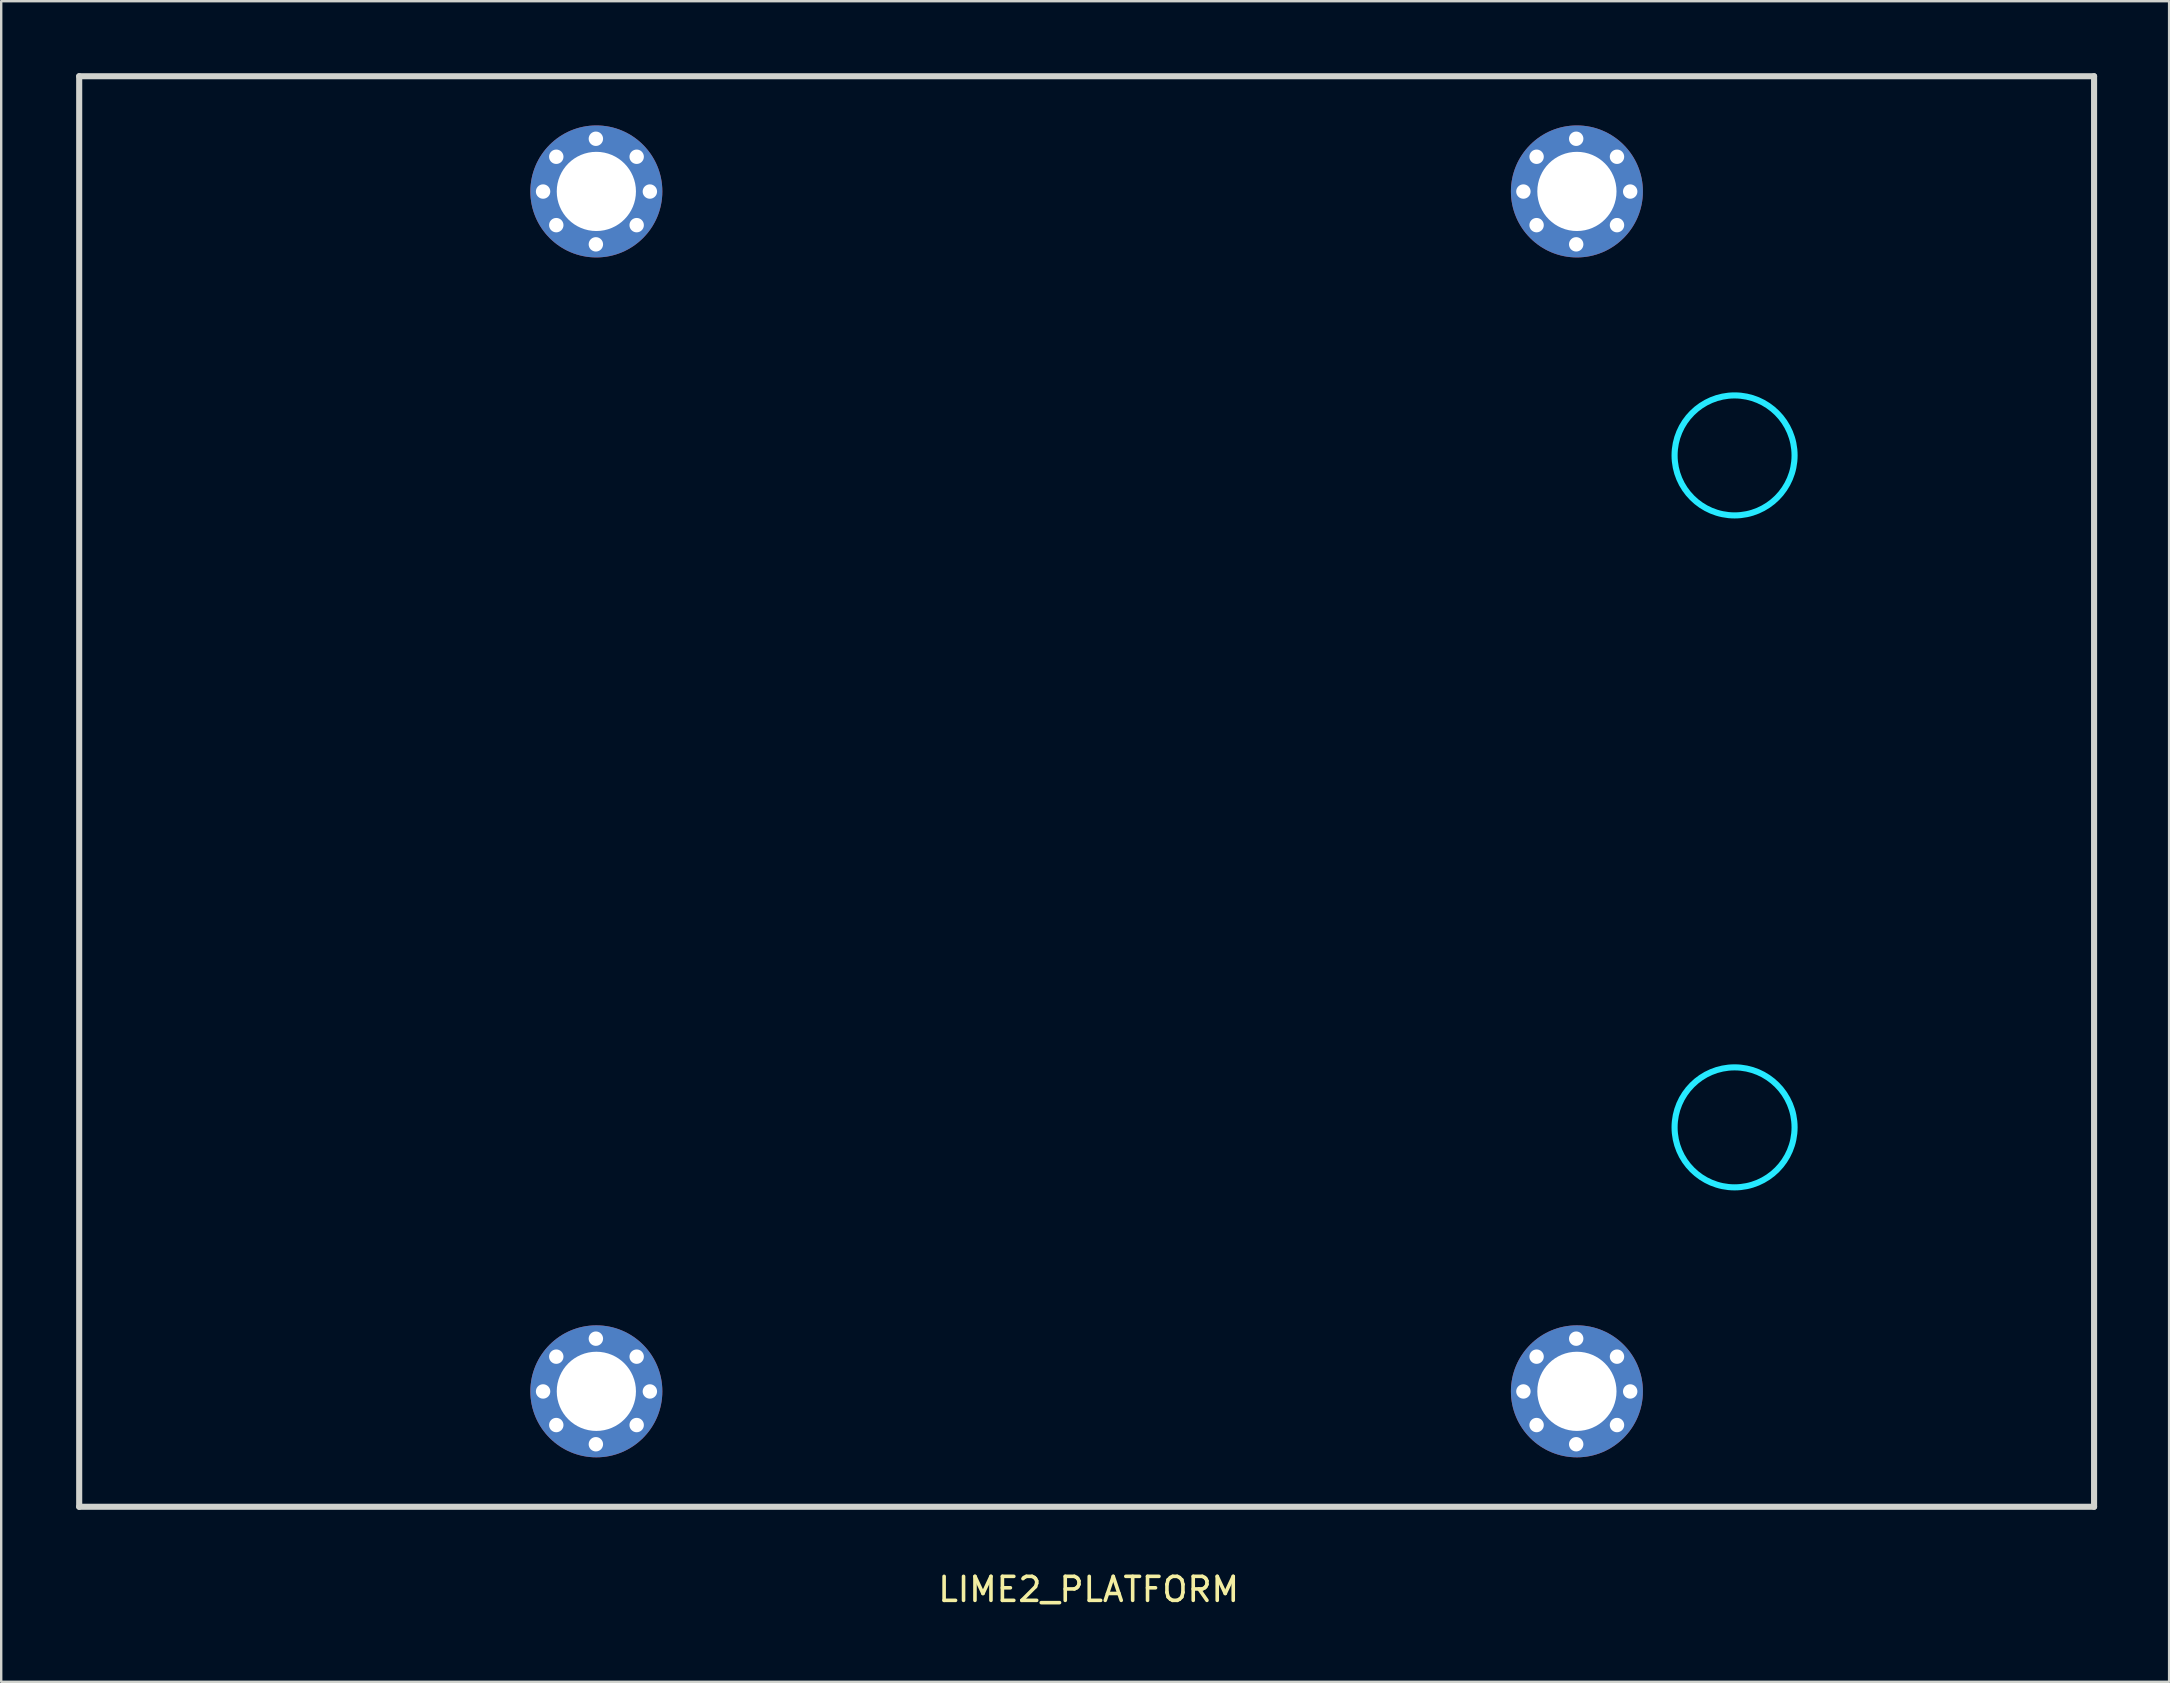
<source format=kicad_pcb>
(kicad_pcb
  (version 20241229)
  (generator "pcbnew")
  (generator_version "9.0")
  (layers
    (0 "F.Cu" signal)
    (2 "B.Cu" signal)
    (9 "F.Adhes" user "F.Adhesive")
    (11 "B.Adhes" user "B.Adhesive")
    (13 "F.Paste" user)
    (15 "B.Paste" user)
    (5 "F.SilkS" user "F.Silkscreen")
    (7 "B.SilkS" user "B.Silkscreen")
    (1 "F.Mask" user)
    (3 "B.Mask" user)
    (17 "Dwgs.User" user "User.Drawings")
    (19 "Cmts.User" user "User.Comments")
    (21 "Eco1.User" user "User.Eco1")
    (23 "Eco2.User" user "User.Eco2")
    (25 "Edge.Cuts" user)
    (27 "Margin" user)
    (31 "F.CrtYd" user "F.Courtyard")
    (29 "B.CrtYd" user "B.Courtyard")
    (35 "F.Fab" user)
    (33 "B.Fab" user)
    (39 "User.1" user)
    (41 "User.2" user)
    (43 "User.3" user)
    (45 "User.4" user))
  (footprint "LIME2_PLATFORM"
    (layer "F.Cu")
    (at 0.25 59.737)
    (property "Reference" "LIME2_PLATFORM" (at 42.065 3.445 0) (layer "F.SilkS") (effects (font (size 1 1) (thickness 0.15))))
    (attr through_hole)
    (fp_line (start 14.859 -53.467) (end 14.859 -52.705) (stroke (width 0.127) (type solid)) (layer "Eco1.User"))
    (fp_line (start 15.24 -53.086) (end 14.478 -53.086) (stroke (width 0.127) (type solid)) (layer "Eco1.User"))
    (fp_line (start 38.1 -50.546) (end 38.1 -49.784) (stroke (width 0.127) (type solid)) (layer "Eco1.User"))
    (fp_line (start 38.1 -9.906) (end 38.1 -9.144) (stroke (width 0.127) (type solid)) (layer "Eco1.User"))
    (fp_line (start 38.481 -50.165) (end 37.719 -50.165) (stroke (width 0.127) (type solid)) (layer "Eco1.User"))
    (fp_line (start 38.481 -9.525) (end 37.719 -9.525) (stroke (width 0.127) (type solid)) (layer "Eco1.User"))
    (fp_line (start 45.085 -56.896) (end 45.085 -56.134) (stroke (width 0.127) (type solid)) (layer "Eco1.User"))
    (fp_line (start 45.085 -3.556) (end 45.085 -2.794) (stroke (width 0.127) (type solid)) (layer "Eco1.User"))
    (fp_line (start 45.466 -56.515) (end 44.704 -56.515) (stroke (width 0.127) (type solid)) (layer "Eco1.User"))
    (fp_line (start 45.466 -3.175) (end 44.704 -3.175) (stroke (width 0.127) (type solid)) (layer "Eco1.User"))
    (fp_line (start 0 -59.61) (end 0 0) (stroke (width 0.254) (type solid)) (layer "Edge.Cuts"))
    (fp_line (start 0 0) (end 83.96 0) (stroke (width 0.254) (type solid)) (layer "Edge.Cuts"))
    (fp_line (start 83.96 -59.61) (end 0 -59.61) (stroke (width 0.254) (type solid)) (layer "Edge.Cuts"))
    (fp_line (start 83.96 0) (end 83.96 -59.61) (stroke (width 0.254) (type solid)) (layer "Edge.Cuts"))
    (fp_circle (center 68.98 -43.81) (end 71.48 -43.81) (stroke (width 0.254) (type solid)) (fill no) (layer "B.CrtYd"))
    (fp_circle (center 68.98 -15.81) (end 71.48 -15.81) (stroke (width 0.254) (type solid)) (fill no) (layer "B.CrtYd"))
    (fp_text user "GPIO2_center" (at 41.656 -9.525 0) (layer "Eco1.User") (effects (font (size 0.508 0.508) (thickness 0.127))))
    (fp_text user "LCD_center" (at 48.133 -56.515 0) (layer "Eco1.User") (effects (font (size 0.508 0.508) (thickness 0.127))))
    (fp_text user "GPIO3_center" (at 48.641 -3.175 0) (layer "Eco1.User") (effects (font (size 0.508 0.508) (thickness 0.127))))
    (fp_text user "GPIO1_center" (at 41.656 -50.165 0) (layer "Eco1.User") (effects (font (size 0.508 0.508) (thickness 0.127))))
    (fp_text user "GPIO4_center" (at 14.859 -56.515 90) (layer "Eco1.User") (effects (font (size 0.508 0.508) (thickness 0.127))))
    (pad "MH" thru_hole circle (at 19.33 -54.805) (size 0.9 0.9) (drill 0.6) (layers "*.Cu" "*.Mask"))
    (pad "MH" thru_hole circle (at 19.33 -4.805) (size 0.9 0.9) (drill 0.6) (layers "*.Cu" "*.Mask"))
    (pad "MH" thru_hole circle (at 19.88 -56.255) (size 0.9 0.9) (drill 0.6) (layers "*.Cu" "*.Mask"))
    (pad "MH" thru_hole circle (at 19.88 -53.405) (size 0.9 0.9) (drill 0.6) (layers "*.Cu" "*.Mask"))
    (pad "MH" thru_hole circle (at 19.88 -6.255) (size 0.9 0.9) (drill 0.6) (layers "*.Cu" "*.Mask"))
    (pad "MH" thru_hole circle (at 19.88 -3.405) (size 0.9 0.9) (drill 0.6) (layers "*.Cu" "*.Mask"))
    (pad "MH" thru_hole circle (at 21.53 -57.005) (size 0.9 0.9) (drill 0.6) (layers "*.Cu" "*.Mask"))
    (pad "MH" thru_hole circle (at 21.53 -52.605) (size 0.9 0.9) (drill 0.6) (layers "*.Cu" "*.Mask"))
    (pad "MH" thru_hole circle (at 21.53 -7.005) (size 0.9 0.9) (drill 0.6) (layers "*.Cu" "*.Mask"))
    (pad "MH" thru_hole circle (at 21.53 -2.605) (size 0.9 0.9) (drill 0.6) (layers "*.Cu" "*.Mask"))
    (pad "MH" thru_hole circle (at 21.55 -54.81) (size 5.5 5.5) (drill 3.3) (layers "*.Cu" "*.Mask"))
    (pad "MH" thru_hole circle (at 21.55 -4.81) (size 5.5 5.5) (drill 3.3) (layers "*.Cu" "*.Mask"))
    (pad "MH" thru_hole circle (at 23.23 -56.255) (size 0.9 0.9) (drill 0.6) (layers "*.Cu" "*.Mask"))
    (pad "MH" thru_hole circle (at 23.23 -53.405) (size 0.9 0.9) (drill 0.6) (layers "*.Cu" "*.Mask"))
    (pad "MH" thru_hole circle (at 23.23 -6.255) (size 0.9 0.9) (drill 0.6) (layers "*.Cu" "*.Mask"))
    (pad "MH" thru_hole circle (at 23.23 -3.405) (size 0.9 0.9) (drill 0.6) (layers "*.Cu" "*.Mask"))
    (pad "MH" thru_hole circle (at 23.78 -54.805) (size 0.9 0.9) (drill 0.6) (layers "*.Cu" "*.Mask"))
    (pad "MH" thru_hole circle (at 23.78 -4.805) (size 0.9 0.9) (drill 0.6) (layers "*.Cu" "*.Mask"))
    (pad "MH" thru_hole circle (at 60.18 -54.805) (size 0.9 0.9) (drill 0.6) (layers "*.Cu" "*.Mask"))
    (pad "MH" thru_hole circle (at 60.18 -4.805) (size 0.9 0.9) (drill 0.6) (layers "*.Cu" "*.Mask"))
    (pad "MH" thru_hole circle (at 60.73 -56.255) (size 0.9 0.9) (drill 0.6) (layers "*.Cu" "*.Mask"))
    (pad "MH" thru_hole circle (at 60.73 -53.405) (size 0.9 0.9) (drill 0.6) (layers "*.Cu" "*.Mask"))
    (pad "MH" thru_hole circle (at 60.73 -6.255) (size 0.9 0.9) (drill 0.6) (layers "*.Cu" "*.Mask"))
    (pad "MH" thru_hole circle (at 60.73 -3.405) (size 0.9 0.9) (drill 0.6) (layers "*.Cu" "*.Mask"))
    (pad "MH" thru_hole circle (at 62.38 -57.005) (size 0.9 0.9) (drill 0.6) (layers "*.Cu" "*.Mask"))
    (pad "MH" thru_hole circle (at 62.38 -52.605) (size 0.9 0.9) (drill 0.6) (layers "*.Cu" "*.Mask"))
    (pad "MH" thru_hole circle (at 62.38 -7.005) (size 0.9 0.9) (drill 0.6) (layers "*.Cu" "*.Mask"))
    (pad "MH" thru_hole circle (at 62.38 -2.605) (size 0.9 0.9) (drill 0.6) (layers "*.Cu" "*.Mask"))
    (pad "MH" thru_hole circle (at 62.41 -54.81) (size 5.5 5.5) (drill 3.3) (layers "*.Cu" "*.Mask"))
    (pad "MH" thru_hole circle (at 62.41 -4.81) (size 5.5 5.5) (drill 3.3) (layers "*.Cu" "*.Mask"))
    (pad "MH" thru_hole circle (at 64.08 -56.255) (size 0.9 0.9) (drill 0.6) (layers "*.Cu" "*.Mask"))
    (pad "MH" thru_hole circle (at 64.08 -53.405) (size 0.9 0.9) (drill 0.6) (layers "*.Cu" "*.Mask"))
    (pad "MH" thru_hole circle (at 64.08 -6.255) (size 0.9 0.9) (drill 0.6) (layers "*.Cu" "*.Mask"))
    (pad "MH" thru_hole circle (at 64.08 -3.405) (size 0.9 0.9) (drill 0.6) (layers "*.Cu" "*.Mask"))
    (pad "MH" thru_hole circle (at 64.63 -54.805) (size 0.9 0.9) (drill 0.6) (layers "*.Cu" "*.Mask"))
    (pad "MH" thru_hole circle (at 64.63 -4.805) (size 0.9 0.9) (drill 0.6) (layers "*.Cu" "*.Mask")))
  (gr_rect
    (start -3 -3)
    (end 87.337 67.03)
    (stroke (width 0.1) (type default))
    (fill no)
    (layer "Edge.Cuts")))
</source>
